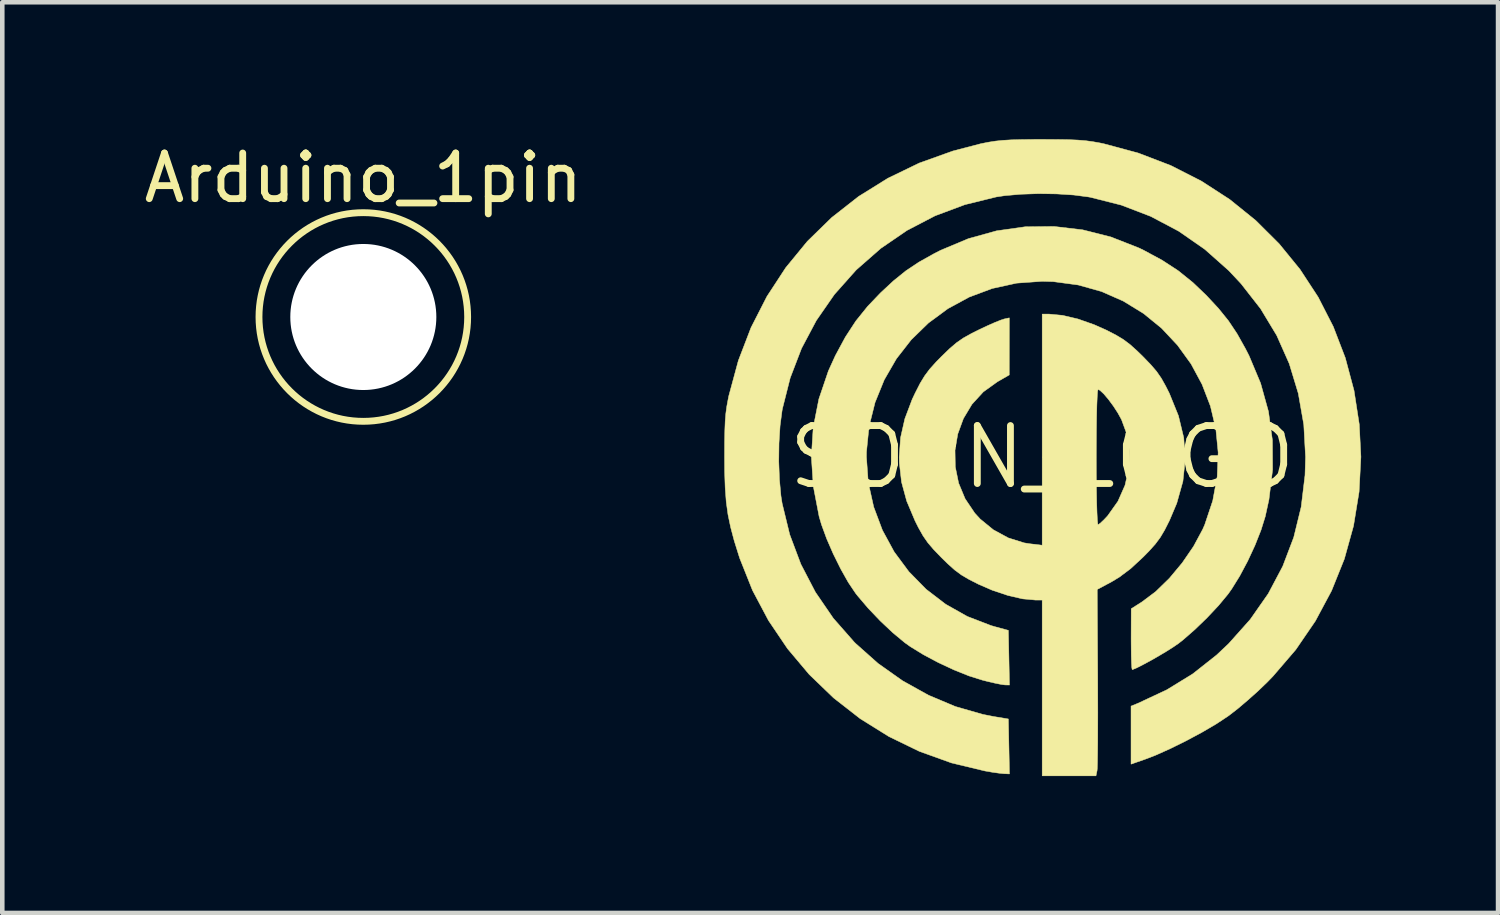
<source format=kicad_pcb>
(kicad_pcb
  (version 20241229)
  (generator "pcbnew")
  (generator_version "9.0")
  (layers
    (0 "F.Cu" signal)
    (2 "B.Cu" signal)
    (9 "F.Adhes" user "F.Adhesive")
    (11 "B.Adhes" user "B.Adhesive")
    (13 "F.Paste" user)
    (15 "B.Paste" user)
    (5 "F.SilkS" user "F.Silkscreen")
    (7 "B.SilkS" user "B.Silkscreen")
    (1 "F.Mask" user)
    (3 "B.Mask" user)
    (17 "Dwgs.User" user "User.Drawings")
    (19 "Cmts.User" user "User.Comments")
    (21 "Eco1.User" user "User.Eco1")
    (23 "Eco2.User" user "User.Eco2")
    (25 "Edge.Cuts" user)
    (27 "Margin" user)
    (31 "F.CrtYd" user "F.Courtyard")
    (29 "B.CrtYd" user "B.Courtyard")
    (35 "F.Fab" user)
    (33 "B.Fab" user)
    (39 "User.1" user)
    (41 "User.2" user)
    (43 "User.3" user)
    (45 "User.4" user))
  (footprint "Arduino_1pin"
    (layer "F.Cu")
    (at 4.911 3.896)
    (property "Reference" "Arduino_1pin" (at 0 -3.048 0) (layer "F.SilkS") (effects (font (size 1 1) (thickness 0.15))))
    (attr through_hole)
    (fp_circle (center 0 0) (end 0 -2.286) (stroke (width 0.15) (type solid)) (fill no) (layer "F.SilkS"))
    (pad "" np_thru_hole circle (at 0 0) (size 3.2 3.2) (drill 3.2) (layers "*.Cu" "*.Mask")))
  (footprint "SORN_LOGO"
    (layer "F.Cu")
    (at 19.786 6.965)
    (property "Reference" "SORN_LOGO" (at 0 0 0) (layer "F.SilkS") (effects (font (size 1.27 1.27) (thickness 0.15))))
    (attr through_hole)
    (fp_poly (pts (xy 0.446 -3.105) (xy 0.782 -3.026) (xy 1.138 -2.901) (xy 1.397 -2.786) (xy 1.61 -2.677) (xy 1.777 -2.577) (xy 1.925 -2.466) (xy 2.083 -2.324) (xy 2.207 -2.203) (xy 2.379 -2.025) (xy 2.507 -1.876) (xy 2.61 -1.727) (xy 2.708 -1.552) (xy 2.787 -1.395) (xy 2.986 -0.904) (xy 3.102 -0.423) (xy 3.134 0.053) (xy 3.084 0.53) (xy 2.949 1.012) (xy 2.789 1.39) (xy 2.684 1.598) (xy 2.587 1.761) (xy 2.48 1.905) (xy 2.343 2.058) (xy 2.209 2.194) (xy 1.938 2.445) (xy 1.687 2.633) (xy 1.524 2.731) (xy 1.206 2.901) (xy 1.217 4.826) (xy 1.218 5.226) (xy 1.219 5.603) (xy 1.218 5.948) (xy 1.217 6.251) (xy 1.214 6.504) (xy 1.211 6.698) (xy 1.207 6.824) (xy 1.203 6.869) (xy 1.179 6.985) (xy 0 6.985) (xy 0 3.133) (xy -0.15 3.133) (xy -0.428 3.107) (xy -0.749 3.033) (xy -1.091 2.919) (xy -1.395 2.787) (xy -1.605 2.68) (xy -1.77 2.583) (xy -1.916 2.475) (xy -2.071 2.336) (xy -2.203 2.207) (xy -2.376 2.028) (xy -2.506 1.876) (xy -2.611 1.724) (xy -2.712 1.545) (xy -2.786 1.397) (xy -2.969 0.963) (xy -3.082 0.547) (xy -3.13 0.127) (xy -3.133 0) (xy -3.103 -0.425) (xy -3.009 -0.84) (xy -2.848 -1.266) (xy -2.786 -1.397) (xy -2.677 -1.611) (xy -2.576 -1.778) (xy -2.465 -1.927) (xy -2.322 -2.086) (xy -2.205 -2.205) (xy -2.027 -2.377) (xy -1.877 -2.505) (xy -1.727 -2.609) (xy -1.549 -2.708) (xy -1.397 -2.784) (xy -1.209 -2.873) (xy -1.038 -2.949) (xy -0.905 -3.002) (xy -0.836 -3.025) (xy -0.72 -3.05) (xy -0.721 -2.424) (xy -0.722 -1.799) (xy -0.98 -1.651) (xy -1.29 -1.428) (xy -1.539 -1.156) (xy -1.726 -0.844) (xy -1.85 -0.505) (xy -1.91 -0.149) (xy -1.904 0.214) (xy -1.831 0.571) (xy -1.689 0.913) (xy -1.477 1.228) (xy -1.358 1.358) (xy -1.069 1.594) (xy -0.741 1.772) (xy -0.396 1.88) (xy -0.277 1.899) (xy 0 1.932) (xy 0 0) (xy 1.185 0) (xy 1.186 0.376) (xy 1.189 0.709) (xy 1.194 0.993) (xy 1.201 1.218) (xy 1.209 1.379) (xy 1.218 1.467) (xy 1.224 1.482) (xy 1.27 1.452) (xy 1.352 1.375) (xy 1.437 1.284) (xy 1.66 0.969) (xy 1.815 0.618) (xy 1.899 0.244) (xy 1.912 -0.138) (xy 1.851 -0.514) (xy 1.739 -0.819) (xy 1.659 -0.965) (xy 1.559 -1.119) (xy 1.451 -1.265) (xy 1.349 -1.385) (xy 1.266 -1.462) (xy 1.224 -1.482) (xy 1.214 -1.441) (xy 1.206 -1.322) (xy 1.198 -1.135) (xy 1.192 -0.885) (xy 1.188 -0.58) (xy 1.186 -0.229) (xy 1.185 0) (xy 0 0) (xy 0 -3.133) (xy 0.15 -3.133) (xy 0.446 -3.105)) (stroke (width 0.01) (type solid)) (fill yes) (layer "F.SilkS"))
    (fp_poly (pts (xy 0.888 -4.979) (xy 1.508 -4.822) (xy 2.115 -4.584) (xy 2.223 -4.532) (xy 2.629 -4.313) (xy 2.98 -4.084) (xy 3.303 -3.824) (xy 3.596 -3.544) (xy 3.862 -3.258) (xy 4.081 -2.987) (xy 4.271 -2.702) (xy 4.454 -2.375) (xy 4.532 -2.223) (xy 4.786 -1.618) (xy 4.958 -0.999) (xy 5.045 -0.368) (xy 5.049 0.276) (xy 4.969 0.931) (xy 4.888 1.302) (xy 4.795 1.6) (xy 4.663 1.934) (xy 4.503 2.279) (xy 4.328 2.607) (xy 4.152 2.891) (xy 4.07 3.006) (xy 3.864 3.254) (xy 3.613 3.521) (xy 3.345 3.78) (xy 3.086 4.006) (xy 2.985 4.085) (xy 2.87 4.164) (xy 2.718 4.26) (xy 2.545 4.363) (xy 2.368 4.464) (xy 2.204 4.552) (xy 2.072 4.619) (xy 1.988 4.654) (xy 1.972 4.657) (xy 1.964 4.617) (xy 1.957 4.506) (xy 1.952 4.34) (xy 1.95 4.132) (xy 1.949 3.99) (xy 1.951 3.323) (xy 2.183 3.176) (xy 2.486 2.949) (xy 2.786 2.657) (xy 3.068 2.319) (xy 3.317 1.956) (xy 3.516 1.586) (xy 3.56 1.487) (xy 3.737 0.958) (xy 3.835 0.427) (xy 3.856 -0.1) (xy 3.805 -0.616) (xy 3.687 -1.115) (xy 3.504 -1.591) (xy 3.263 -2.039) (xy 2.965 -2.451) (xy 2.616 -2.823) (xy 2.22 -3.146) (xy 1.78 -3.416) (xy 1.302 -3.627) (xy 0.788 -3.771) (xy 0.244 -3.844) (xy 0 -3.851) (xy -0.56 -3.811) (xy -1.094 -3.694) (xy -1.598 -3.506) (xy -2.066 -3.252) (xy -2.492 -2.938) (xy -2.87 -2.57) (xy -3.194 -2.154) (xy -3.46 -1.694) (xy -3.662 -1.197) (xy -3.794 -0.668) (xy -3.85 -0.113) (xy -3.851 0) (xy -3.811 0.557) (xy -3.692 1.093) (xy -3.501 1.602) (xy -3.243 2.077) (xy -2.922 2.51) (xy -2.545 2.895) (xy -2.116 3.224) (xy -1.641 3.492) (xy -1.125 3.691) (xy -1.028 3.719) (xy -0.741 3.797) (xy -0.729 4.396) (xy -0.717 4.995) (xy -0.814 4.993) (xy -0.896 4.982) (xy -1.036 4.954) (xy -1.21 4.913) (xy -1.312 4.887) (xy -1.605 4.795) (xy -1.936 4.662) (xy -2.278 4.502) (xy -2.605 4.328) (xy -2.89 4.153) (xy -3.013 4.065) (xy -3.272 3.85) (xy -3.548 3.59) (xy -3.814 3.311) (xy -4.043 3.042) (xy -4.088 2.985) (xy -4.249 2.745) (xy -4.416 2.448) (xy -4.578 2.121) (xy -4.722 1.79) (xy -4.836 1.479) (xy -4.888 1.302) (xy -5.015 0.641) (xy -5.058 -0.009) (xy -5.017 -0.647) (xy -4.893 -1.273) (xy -4.685 -1.886) (xy -4.532 -2.223) (xy -4.313 -2.629) (xy -4.084 -2.98) (xy -3.824 -3.303) (xy -3.544 -3.596) (xy -3.258 -3.862) (xy -2.987 -4.081) (xy -2.702 -4.271) (xy -2.375 -4.454) (xy -2.223 -4.532) (xy -1.619 -4.785) (xy -1.001 -4.957) (xy -0.373 -5.046) (xy 0.259 -5.053) (xy 0.888 -4.979)) (stroke (width 0.01) (type solid)) (fill yes) (layer "F.SilkS"))
    (fp_poly (pts (xy 0.322 -6.959) (xy 0.576 -6.955) (xy 0.78 -6.946) (xy 0.952 -6.932) (xy 1.107 -6.911) (xy 1.265 -6.883) (xy 1.355 -6.864) (xy 2.107 -6.661) (xy 2.819 -6.388) (xy 3.487 -6.048) (xy 4.108 -5.646) (xy 4.678 -5.186) (xy 5.193 -4.673) (xy 5.651 -4.111) (xy 6.048 -3.504) (xy 6.379 -2.857) (xy 6.642 -2.173) (xy 6.833 -1.458) (xy 6.948 -0.715) (xy 6.984 -0.005) (xy 6.944 0.761) (xy 6.822 1.509) (xy 6.621 2.233) (xy 6.341 2.929) (xy 5.986 3.593) (xy 5.557 4.22) (xy 5.055 4.805) (xy 4.932 4.932) (xy 4.73 5.126) (xy 4.506 5.326) (xy 4.287 5.512) (xy 4.095 5.661) (xy 4.064 5.683) (xy 3.806 5.853) (xy 3.493 6.036) (xy 3.153 6.218) (xy 2.809 6.388) (xy 2.488 6.532) (xy 2.254 6.622) (xy 1.947 6.729) (xy 1.947 5.457) (xy 2.106 5.392) (xy 2.73 5.1) (xy 3.297 4.752) (xy 3.82 4.339) (xy 4.087 4.087) (xy 4.558 3.559) (xy 4.953 2.994) (xy 5.271 2.393) (xy 5.512 1.759) (xy 5.675 1.093) (xy 5.759 0.398) (xy 5.771 0) (xy 5.732 -0.711) (xy 5.612 -1.394) (xy 5.414 -2.046) (xy 5.139 -2.665) (xy 4.786 -3.25) (xy 4.357 -3.799) (xy 4.087 -4.087) (xy 3.562 -4.553) (xy 2.992 -4.949) (xy 2.38 -5.273) (xy 1.734 -5.521) (xy 1.058 -5.692) (xy 1.014 -5.7) (xy 0.693 -5.742) (xy 0.32 -5.766) (xy -0.076 -5.772) (xy -0.466 -5.759) (xy -0.82 -5.728) (xy -1.006 -5.7) (xy -1.693 -5.531) (xy -2.346 -5.287) (xy -2.961 -4.967) (xy -3.535 -4.574) (xy -4.063 -4.111) (xy -4.087 -4.087) (xy -4.553 -3.563) (xy -4.949 -2.992) (xy -5.273 -2.381) (xy -5.521 -1.735) (xy -5.692 -1.059) (xy -5.7 -1.014) (xy -5.743 -0.687) (xy -5.767 -0.307) (xy -5.772 0.096) (xy -5.757 0.492) (xy -5.724 0.851) (xy -5.698 1.016) (xy -5.532 1.698) (xy -5.288 2.347) (xy -4.969 2.96) (xy -4.577 3.532) (xy -4.115 4.058) (xy -4.084 4.088) (xy -3.595 4.523) (xy -3.059 4.902) (xy -2.491 5.218) (xy -1.902 5.466) (xy -1.303 5.638) (xy -1.065 5.685) (xy -0.741 5.739) (xy -0.729 6.341) (xy -0.717 6.943) (xy -0.835 6.938) (xy -0.936 6.928) (xy -1.087 6.907) (xy -1.254 6.878) (xy -1.987 6.702) (xy -2.69 6.449) (xy -3.359 6.124) (xy -3.988 5.732) (xy -4.571 5.277) (xy -5.104 4.764) (xy -5.581 4.197) (xy -5.997 3.581) (xy -6.347 2.921) (xy -6.626 2.221) (xy -6.644 2.166) (xy -6.748 1.834) (xy -6.826 1.54) (xy -6.884 1.263) (xy -6.923 0.982) (xy -6.946 0.675) (xy -6.958 0.321) (xy -6.96 0) (xy -6.959 -0.323) (xy -6.954 -0.578) (xy -6.946 -0.783) (xy -6.932 -0.954) (xy -6.911 -1.109) (xy -6.882 -1.265) (xy -6.867 -1.34) (xy -6.658 -2.112) (xy -6.379 -2.839) (xy -6.031 -3.52) (xy -5.619 -4.15) (xy -5.145 -4.728) (xy -4.612 -5.248) (xy -4.023 -5.71) (xy -3.382 -6.109) (xy -2.692 -6.443) (xy -1.955 -6.707) (xy -1.34 -6.867) (xy -1.179 -6.899) (xy -1.026 -6.923) (xy -0.864 -6.94) (xy -0.677 -6.951) (xy -0.447 -6.957) (xy -0.157 -6.96) (xy 0 -6.96) (xy 0.322 -6.959)) (stroke (width 0.01) (type solid)) (fill yes) (layer "F.SilkS")))
  (gr_rect
    (start -3 -3)
    (end 29.775 16.955)
    (stroke (width 0.1) (type default))
    (fill no)
    (layer "Edge.Cuts")))
</source>
